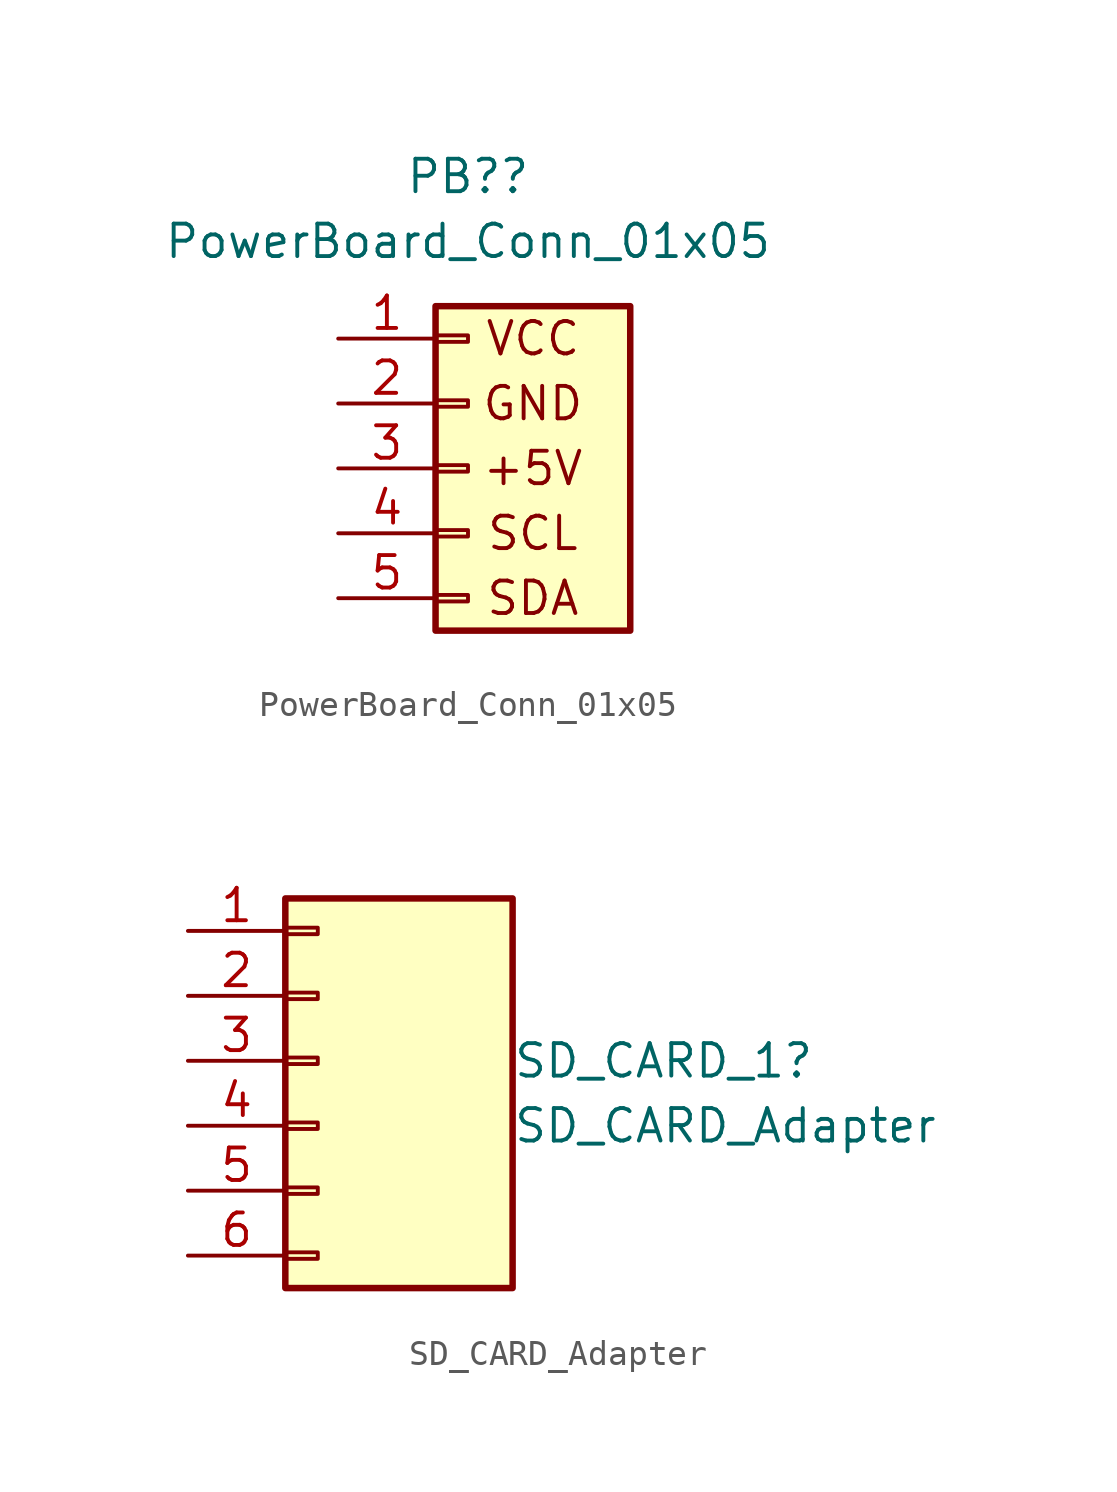
<source format=kicad_sym>
(kicad_symbol_lib
  (version 20211014)
  (generator kicad_symbol_editor)
  (symbol "PowerBoard_Conn_01x05"
    (pin_names
      (offset 1.016) hide)
    (property "Reference" "PB?"
      (at 0 11.43 0)
      (effects (font (size 1.27 1.27))))
    (property "Value" "PowerBoard_Conn_01x05"
      (at 0 8.89 0)
      (effects (font (size 1.27 1.27))))
    (symbol "PowerBoard_Conn_01x05_0_0"
      (text "+5V" (at 2.54 0 0) (effects (font (size 1.27 1.27))))
      (text "GND" (at 2.54 2.54 0) (effects (font (size 1.27 1.27))))
      (text "SCL" (at 2.54 -2.54 0) (effects (font (size 1.27 1.27))))
      (text "SDA" (at 2.54 -5.08 0) (effects (font (size 1.27 1.27))))
      (text "VCC" (at 2.54 5.08 0) (effects (font (size 1.27 1.27)))))
    (symbol "PowerBoard_Conn_01x05_1_1"
      (rectangle (start -1.27 -4.953) (end 0 -5.207) (stroke (width 0.152) (type default) (color 0 0 0 0)) (fill (type none)))
      (rectangle (start -1.27 -2.413) (end 0 -2.667) (stroke (width 0.152) (type default) (color 0 0 0 0)) (fill (type none)))
      (rectangle (start -1.27 0.127) (end 0 -0.127) (stroke (width 0.152) (type default) (color 0 0 0 0)) (fill (type none)))
      (rectangle (start -1.27 2.667) (end 0 2.413) (stroke (width 0.152) (type default) (color 0 0 0 0)) (fill (type none)))
      (rectangle (start -1.27 5.207) (end 0 4.953) (stroke (width 0.152) (type default) (color 0 0 0 0)) (fill (type none)))
      (rectangle (start -1.27 6.35) (end 6.35 -6.35) (stroke (width 0.254) (type default) (color 0 0 0 0)) (fill (type background)))
      (pin power_in line (at -5.08 5.08 0) (length 3.81) (name "VCC" (effects (font (size 1.27 1.27)))) (number "1" (effects (font (size 1.27 1.27)))))
      (pin power_out line (at -5.08 2.54 0) (length 3.81) (name "GND" (effects (font (size 1.27 1.27)))) (number "2" (effects (font (size 1.27 1.27)))))
      (pin power_out line (at -5.08 0 0) (length 3.81) (name "+5V" (effects (font (size 1.27 1.27)))) (number "3" (effects (font (size 1.27 1.27)))))
      (pin bidirectional line (at -5.08 -2.54 0) (length 3.81) (name "SCL" (effects (font (size 1.27 1.27)))) (number "4" (effects (font (size 1.27 1.27)))))
      (pin bidirectional line (at -5.08 -5.08 0) (length 3.81) (name "SDA" (effects (font (size 1.27 1.27)))) (number "5" (effects (font (size 1.27 1.27)))))))
  (symbol "SD_CARD_Adapter"
    (pin_names
      (offset 1.016) hide)
    (property "Reference" "SD_CARD_1"
      (at 7.62 0.0001 0)
      (effects (font (size 1.27 1.27)) (justify left)))
    (property "Value" "SD_CARD_Adapter"
      (at 7.62 -2.54 0)
      (effects (font (size 1.27 1.27)) (justify left)))
    (symbol "SD_CARD_Adapter_1_1"
      (rectangle (start -1.27 -7.493) (end 0 -7.747) (stroke (width 0.152) (type default) (color 0 0 0 0)) (fill (type none)))
      (rectangle (start -1.27 -4.953) (end 0 -5.207) (stroke (width 0.152) (type default) (color 0 0 0 0)) (fill (type none)))
      (rectangle (start -1.27 -2.413) (end 0 -2.667) (stroke (width 0.152) (type default) (color 0 0 0 0)) (fill (type none)))
      (rectangle (start -1.27 0.127) (end 0 -0.127) (stroke (width 0.152) (type default) (color 0 0 0 0)) (fill (type none)))
      (rectangle (start -1.27 2.667) (end 0 2.413) (stroke (width 0.152) (type default) (color 0 0 0 0)) (fill (type none)))
      (rectangle (start -1.27 5.207) (end 0 4.953) (stroke (width 0.152) (type default) (color 0 0 0 0)) (fill (type none)))
      (rectangle (start -1.27 6.35) (end 7.62 -8.89) (stroke (width 0.254) (type default) (color 0 0 0 0)) (fill (type background)))
      (pin passive line (at -5.08 5.08 0) (length 3.81) (name "CS" (effects (font (size 1.27 1.27)))) (number "1" (effects (font (size 1.27 1.27)))))
      (pin passive line (at -5.08 2.54 0) (length 3.81) (name "Pin_2" (effects (font (size 1.27 1.27)))) (number "2" (effects (font (size 1.27 1.27)))))
      (pin passive line (at -5.08 0 0) (length 3.81) (name "Pin_3" (effects (font (size 1.27 1.27)))) (number "3" (effects (font (size 1.27 1.27)))))
      (pin passive line (at -5.08 -2.54 0) (length 3.81) (name "Pin_4" (effects (font (size 1.27 1.27)))) (number "4" (effects (font (size 1.27 1.27)))))
      (pin passive line (at -5.08 -5.08 0) (length 3.81) (name "Pin_5" (effects (font (size 1.27 1.27)))) (number "5" (effects (font (size 1.27 1.27)))))
      (pin passive line (at -5.08 -7.62 0) (length 3.81) (name "Pin_6" (effects (font (size 1.27 1.27)))) (number "6" (effects (font (size 1.27 1.27))))))))
</source>
